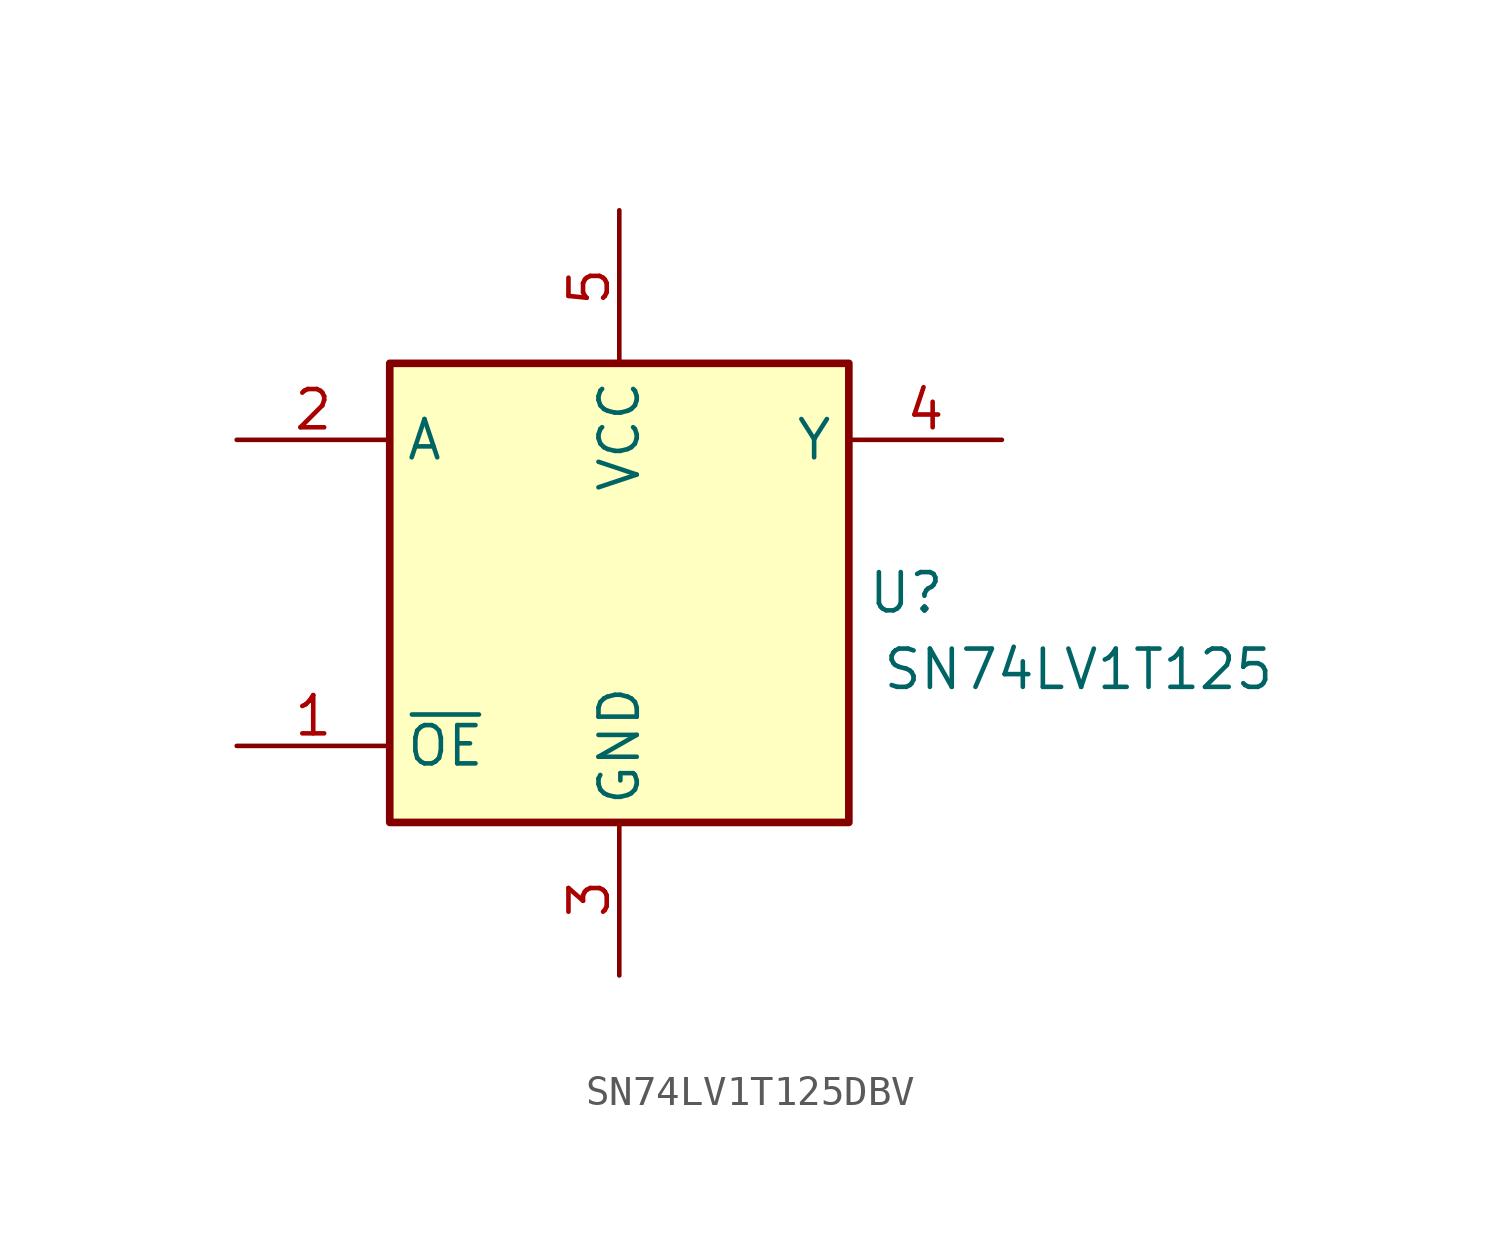
<source format=kicad_sym>
(kicad_symbol_lib
  (version 20220914)
  (generator kicad_symbol_editor)
  (symbol "SN74LV1T125DBV"
    (property "Reference" "U"
      (at 9.525 0 0)
      (effects (font (size 1.27 1.27))))
    (property "Value" "SN74LV1T125"
      (at 15.24 -2.54 0)
      (effects (font (size 1.27 1.27))))
    (symbol "SN74LV1T125DBV_0_1"
      (rectangle (start -7.62 7.62) (end 7.62 -7.62) (stroke (width 0.254) (type default)) (fill (type background))))
    (symbol "SN74LV1T125DBV_1_1"
      (pin input line (at -12.7 -5.08 0) (length 5.08) (name "~{OE}" (effects (font (size 1.27 1.27)))) (number "1" (effects (font (size 1.27 1.27)))))
      (pin input line (at -12.7 5.08 0) (length 5.08) (name "A" (effects (font (size 1.27 1.27)))) (number "2" (effects (font (size 1.27 1.27)))))
      (pin power_in line (at 0 -12.7 90) (length 5.08) (name "GND" (effects (font (size 1.27 1.27)))) (number "3" (effects (font (size 1.27 1.27)))))
      (pin tri_state line (at 12.7 5.08 180) (length 5.08) (name "Y" (effects (font (size 1.27 1.27)))) (number "4" (effects (font (size 1.27 1.27)))))
      (pin power_in line (at 0 12.7 270) (length 5.08) (name "VCC" (effects (font (size 1.27 1.27)))) (number "5" (effects (font (size 1.27 1.27))))))))
</source>
